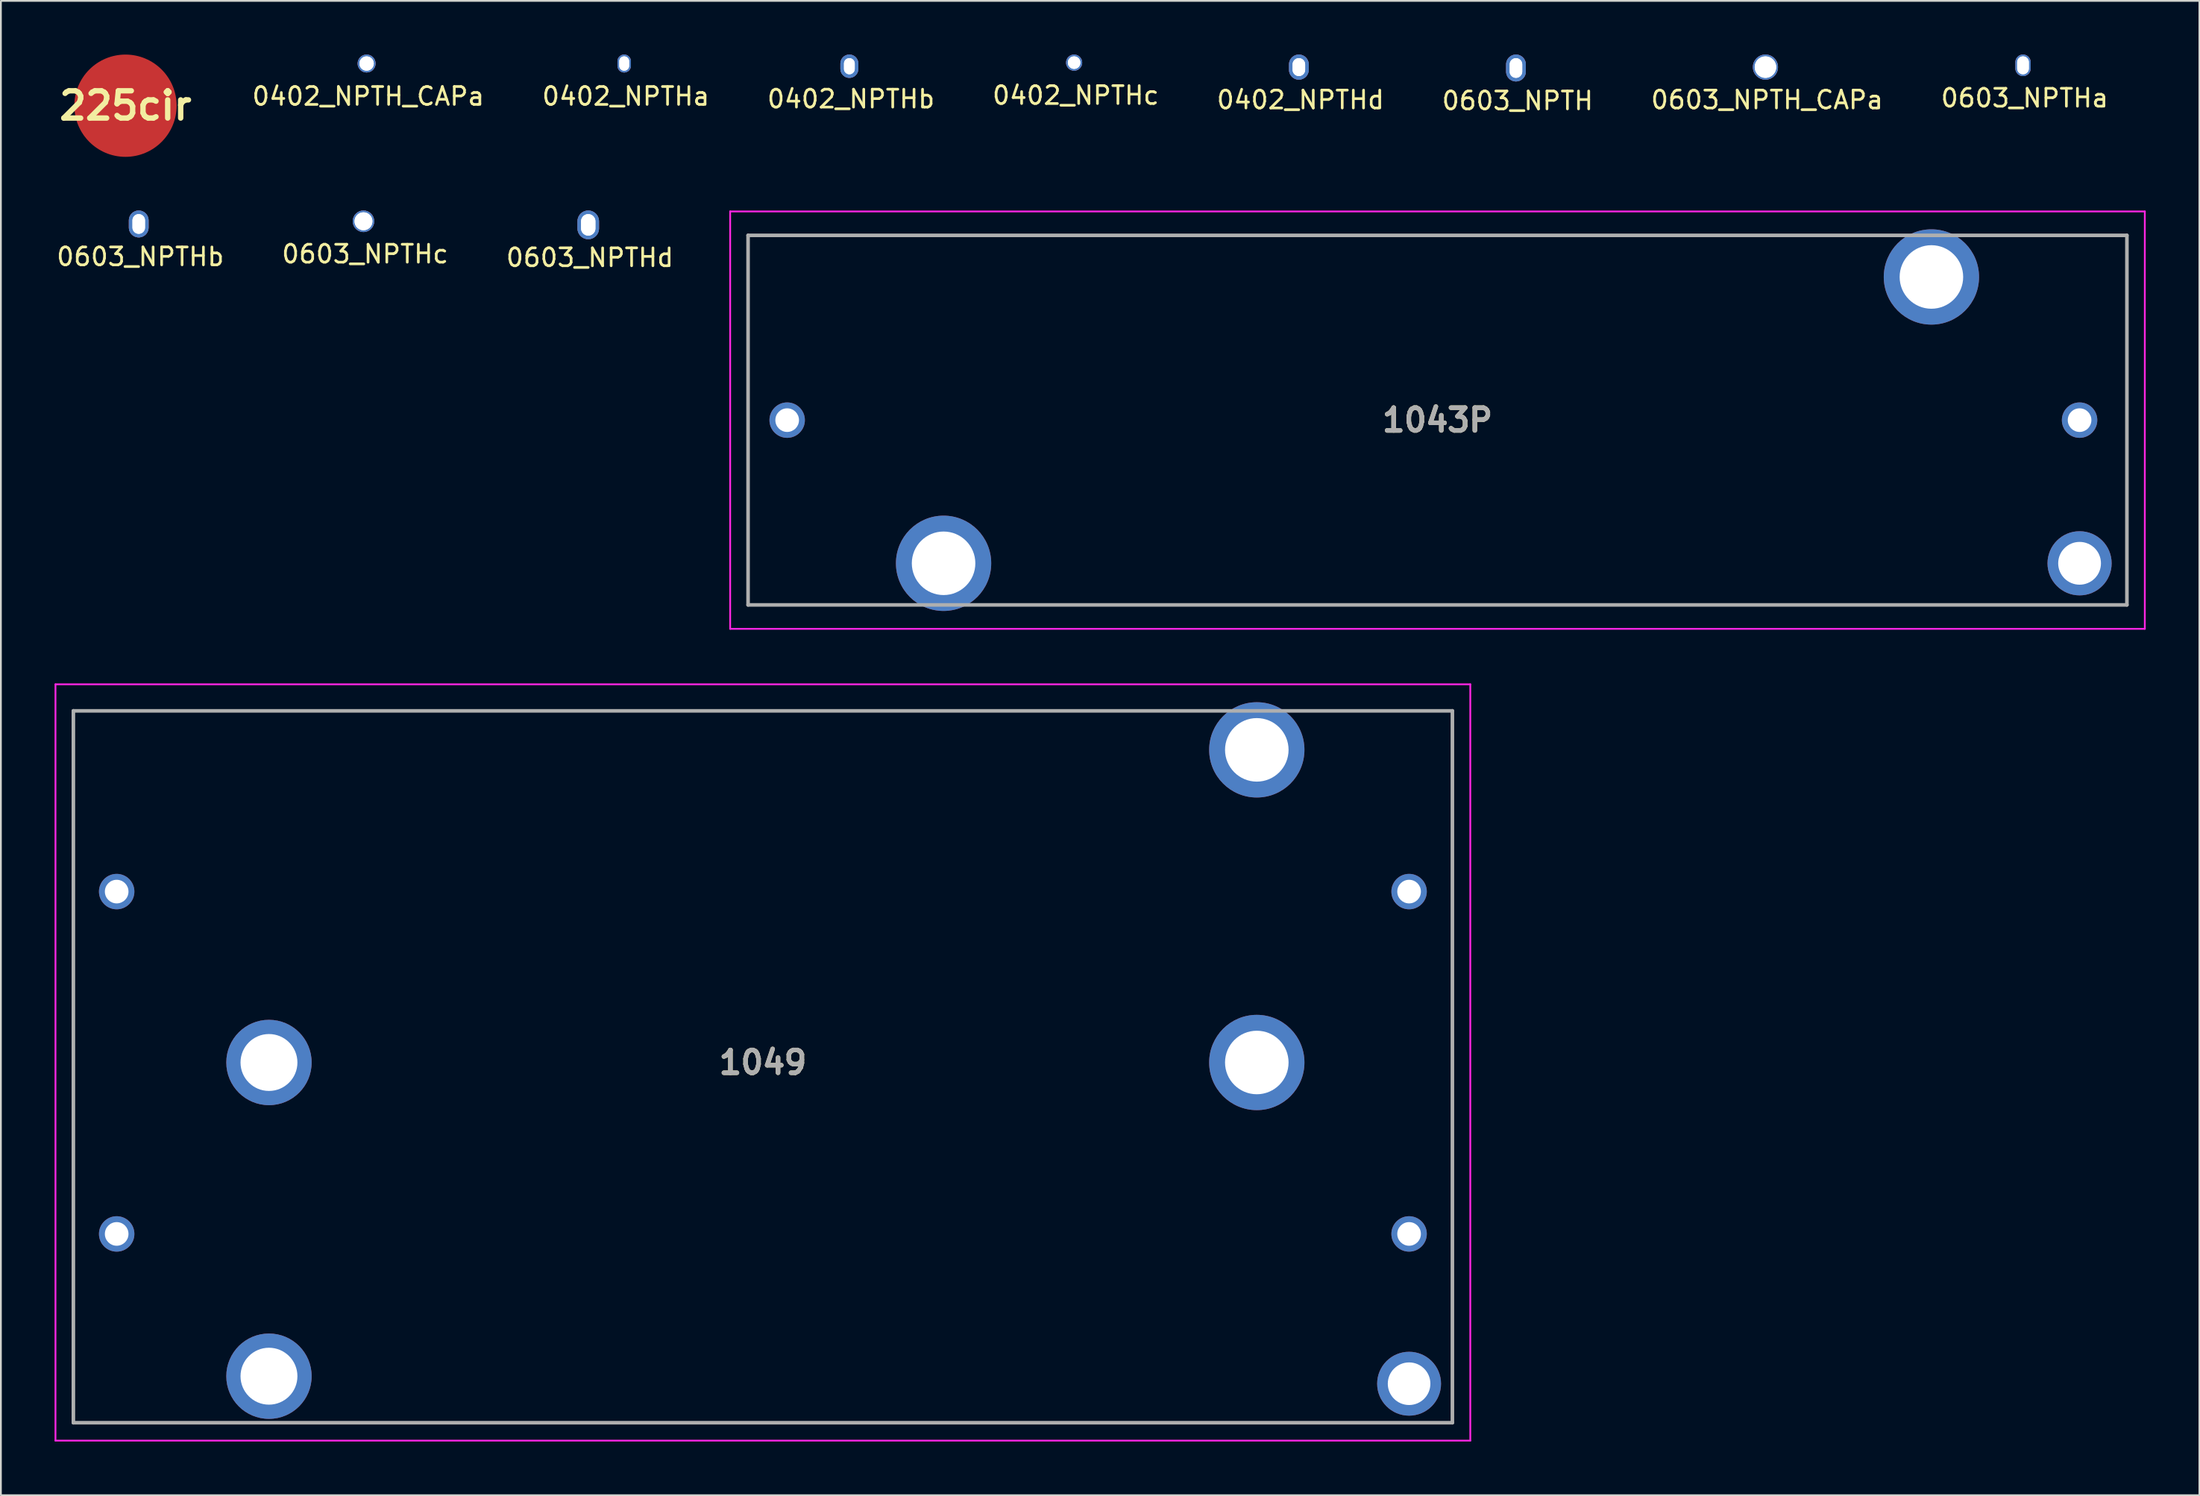
<source format=kicad_pcb>
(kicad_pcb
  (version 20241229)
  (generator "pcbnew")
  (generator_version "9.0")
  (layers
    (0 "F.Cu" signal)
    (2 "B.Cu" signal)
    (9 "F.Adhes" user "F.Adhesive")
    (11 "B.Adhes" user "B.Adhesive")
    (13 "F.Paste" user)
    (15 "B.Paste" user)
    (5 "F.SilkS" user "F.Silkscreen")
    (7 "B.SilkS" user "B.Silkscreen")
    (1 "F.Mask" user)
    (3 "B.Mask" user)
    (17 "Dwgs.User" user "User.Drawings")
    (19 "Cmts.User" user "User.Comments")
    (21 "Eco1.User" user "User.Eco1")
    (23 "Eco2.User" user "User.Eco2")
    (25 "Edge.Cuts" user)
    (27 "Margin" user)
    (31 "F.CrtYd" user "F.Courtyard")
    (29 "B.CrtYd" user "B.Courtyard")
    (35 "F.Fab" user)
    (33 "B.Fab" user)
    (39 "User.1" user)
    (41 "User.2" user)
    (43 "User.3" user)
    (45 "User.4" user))
  (footprint "1043P"
    (layer "F.Cu")
    (at 77.277 20.427)
    (property "Reference" "1043P" (at 0 0 0) (layer "F.SilkS") (effects (font (size 1.27 1.27) (thickness 0.254))))
    (attr through_hole)
    (fp_line (start -38.525 -10.325) (end 24 -10.325) (stroke (width 0.1) (type solid)) (layer "F.SilkS"))
    (fp_line (start -38.525 10.325) (end -38.525 -10.325) (stroke (width 0.1) (type solid)) (layer "F.SilkS"))
    (fp_line (start -31 10.325) (end -38.525 10.325) (stroke (width 0.1) (type solid)) (layer "F.SilkS"))
    (fp_line (start 31 -10.325) (end 38.525 -10.325) (stroke (width 0.1) (type solid)) (layer "F.SilkS"))
    (fp_line (start 38.525 -10.325) (end 38.525 10.325) (stroke (width 0.1) (type solid)) (layer "F.SilkS"))
    (fp_line (start 38.525 10.325) (end -24 10.325) (stroke (width 0.1) (type solid)) (layer "F.SilkS"))
    (fp_line (start -39.525 -11.662) (end 39.525 -11.662) (stroke (width 0.1) (type solid)) (layer "F.CrtYd"))
    (fp_line (start -39.525 11.662) (end -39.525 -11.662) (stroke (width 0.1) (type solid)) (layer "F.CrtYd"))
    (fp_line (start 39.525 -11.662) (end 39.525 11.662) (stroke (width 0.1) (type solid)) (layer "F.CrtYd"))
    (fp_line (start 39.525 11.662) (end -39.525 11.662) (stroke (width 0.1) (type solid)) (layer "F.CrtYd"))
    (fp_line (start -38.525 -10.325) (end 38.525 -10.325) (stroke (width 0.2) (type solid)) (layer "F.Fab"))
    (fp_line (start -38.525 10.325) (end -38.525 -10.325) (stroke (width 0.2) (type solid)) (layer "F.Fab"))
    (fp_line (start 38.525 -10.325) (end 38.525 10.325) (stroke (width 0.2) (type solid)) (layer "F.Fab"))
    (fp_line (start 38.525 10.325) (end -38.525 10.325) (stroke (width 0.2) (type solid)) (layer "F.Fab"))
    (fp_text user "${REFERENCE}" (at 0 0 0) (layer "F.Fab") (effects (font (size 1.27 1.27) (thickness 0.254))))
    (pad "1" thru_hole circle (at -36.34 0) (size 1.98 1.98) (drill 1.32) (layers "*.Cu" "*.Mask"))
    (pad "2" thru_hole circle (at 35.88 0) (size 1.98 1.98) (drill 1.32) (layers "*.Cu" "*.Mask"))
    (pad "3" thru_hole circle (at 27.6 -8) (size 5.325 5.325) (drill 3.55) (layers "*.Cu" "*.Mask"))
    (pad "4" thru_hole circle (at 35.88 8) (size 3.585 3.585) (drill 2.39) (layers "*.Cu" "*.Mask"))
    (pad "5" thru_hole circle (at -27.6 8) (size 5.325 5.325) (drill 3.55) (layers "*.Cu" "*.Mask")))
  (footprint "0402_NPTHb"
    (layer "F.Cu")
    (at 44.412 0.65)
    (property "Reference" "0402_NPTHb" (at 0.09 1.83 0) (layer "F.SilkS") (effects (font (size 1 1) (thickness 0.15))))
    (attr through_hole)
    (pad "" np_thru_hole oval (at 0 0) (size 1 1.3) (drill oval 0.6 0.9) (layers "F.Cu" "F.Mask" "F.Paste"))
    (pad "" np_thru_hole oval (at 0 0) (size 1 1.3) (drill oval 0.6 0.9) (layers "B.Cu" "B.Mask" "B.Paste"))
    (pad "1" smd oval (at 0 0) (size 1 1.3) (layers "F.Cu" "F.Mask" "F.Paste"))
    (pad "2" smd oval (at 0 0) (size 1 1.3) (layers "B.Cu" "B.Mask" "B.Paste")))
  (footprint "0603_NPTHc"
    (layer "F.Cu")
    (at 17.261 9.315)
    (property "Reference" "0603_NPTHc" (at 0.09 1.83 0) (layer "F.SilkS") (effects (font (size 1 1) (thickness 0.15))))
    (attr through_hole)
    (pad "" np_thru_hole circle (at 0 0) (size 1.2 1.2) (drill 1) (layers "F.Cu" "F.Mask" "F.Paste"))
    (pad "" np_thru_hole circle (at 0 0) (size 1.2 1.2) (drill 1) (layers "B.Cu" "B.Mask" "B.Paste"))
    (pad "1" smd circle (at 0 0) (size 1.2 1.2) (layers "F.Cu" "F.Mask" "F.Paste"))
    (pad "2" smd circle (at 0 0) (size 1.2 1.2) (layers "B.Cu" "B.Mask" "B.Paste")))
  (footprint "0603_NPTHd"
    (layer "F.Cu")
    (at 29.821 9.515)
    (property "Reference" "0603_NPTHd" (at 0.09 1.83 0) (layer "F.SilkS") (effects (font (size 1 1) (thickness 0.15))))
    (attr through_hole)
    (pad "" np_thru_hole oval (at 0 0) (size 1.2 1.6) (drill oval 0.8 1.2) (layers "F.Cu" "F.Mask" "F.Paste"))
    (pad "" np_thru_hole oval (at 0 0) (size 1.2 1.6) (drill oval 0.8 1.2) (layers "B.Cu" "B.Mask" "B.Paste"))
    (pad "1" smd oval (at 0 0) (size 1.2 1.6) (layers "F.Cu" "F.Mask" "F.Paste"))
    (pad "2" smd oval (at 0 0) (size 1.2 1.6) (layers "B.Cu" "B.Mask" "B.Paste")))
  (footprint "0402_NPTHa"
    (layer "F.Cu")
    (at 31.829 0.5)
    (property "Reference" "0402_NPTHa" (at 0.09 1.83 0) (layer "F.SilkS") (effects (font (size 1 1) (thickness 0.15))))
    (attr through_hole)
    (pad "" np_thru_hole oval (at 0 0) (size 0.75 1) (drill oval 0.55 0.8) (layers "F.Cu" "F.Mask" "F.Paste"))
    (pad "" np_thru_hole oval (at 0 0) (size 0.75 1) (drill oval 0.55 0.8) (layers "B.Cu" "B.Mask" "B.Paste"))
    (pad "1" smd oval (at 0 0) (size 0.75 1) (layers "F.Cu" "F.Mask" "F.Paste"))
    (pad "2" smd oval (at 0 0) (size 0.75 1) (layers "B.Cu" "B.Mask" "B.Paste")))
  (footprint "0603_NPTH"
    (layer "F.Cu")
    (at 81.662 0.75)
    (property "Reference" "0603_NPTH" (at 0.09 1.83 0) (layer "F.SilkS") (effects (font (size 1 1) (thickness 0.15))))
    (attr through_hole)
    (pad "" np_thru_hole oval (at 0 0) (size 1.1 1.5) (drill oval 0.7 1.1) (layers "F.Cu" "F.Mask" "F.Paste"))
    (pad "" np_thru_hole oval (at 0 0) (size 1.1 1.5) (drill oval 0.7 1.1) (layers "B.Cu" "B.Mask" "B.Paste"))
    (pad "1" smd oval (at 0 0) (size 1.1 1.5) (layers "F.Cu" "F.Mask" "F.Paste"))
    (pad "2" smd oval (at 0 0) (size 1.1 1.5) (layers "B.Cu" "B.Mask" "B.Paste")))
  (footprint "0402_NPTH_CAPa"
    (layer "F.Cu")
    (at 17.436 0.5)
    (property "Reference" "0402_NPTH_CAPa" (at 0.09 1.83 0) (layer "F.SilkS") (effects (font (size 1 1) (thickness 0.15))))
    (attr through_hole)
    (pad "" np_thru_hole circle (at 0 0) (size 1 1) (drill 0.8) (layers "F.Cu" "F.Mask" "F.Paste"))
    (pad "" np_thru_hole circle (at 0 0) (size 1 1) (drill 0.8) (layers "B.Cu" "B.Mask" "B.Paste"))
    (pad "1" smd circle (at 0 0) (size 1 1) (layers "F.Cu" "F.Mask" "F.Paste"))
    (pad "2" smd circle (at 0 0) (size 1 1) (layers "B.Cu" "B.Mask" "B.Paste")))
  (footprint "0402_NPTHd"
    (layer "F.Cu")
    (at 69.531 0.7)
    (property "Reference" "0402_NPTHd" (at 0.09 1.83 0) (layer "F.SilkS") (effects (font (size 1 1) (thickness 0.15))))
    (attr through_hole)
    (pad "" np_thru_hole oval (at 0 0) (size 1.1 1.4) (drill oval 0.7 1) (layers "F.Cu" "F.Mask" "F.Paste"))
    (pad "" np_thru_hole oval (at 0 0) (size 1.1 1.4) (drill oval 0.7 1) (layers "B.Cu" "B.Mask" "B.Paste"))
    (pad "1" smd oval (at 0 0) (size 1.1 1.4) (layers "F.Cu" "F.Mask" "F.Paste"))
    (pad "2" smd oval (at 0 0) (size 1.1 1.4) (layers "B.Cu" "B.Mask" "B.Paste")))
  (footprint "0603_NPTHa"
    (layer "F.Cu")
    (at 109.996 0.6)
    (property "Reference" "0603_NPTHa" (at 0.09 1.83 0) (layer "F.SilkS") (effects (font (size 1 1) (thickness 0.15))))
    (attr through_hole)
    (pad "" np_thru_hole oval (at 0 0) (size 0.85 1.2) (drill oval 0.65 1) (layers "F.Cu" "F.Mask" "F.Paste"))
    (pad "" np_thru_hole oval (at 0 0) (size 0.85 1.2) (drill oval 0.65 1) (layers "B.Cu" "B.Mask" "B.Paste"))
    (pad "1" smd oval (at 0 0) (size 0.85 1.2) (layers "F.Cu" "F.Mask" "F.Paste"))
    (pad "2" smd oval (at 0 0) (size 0.85 1.2) (layers "B.Cu" "B.Mask" "B.Paste")))
  (footprint "0402_NPTHc"
    (layer "F.Cu")
    (at 56.972 0.45)
    (property "Reference" "0402_NPTHc" (at 0.09 1.83 0) (layer "F.SilkS") (effects (font (size 1 1) (thickness 0.15))))
    (attr through_hole)
    (pad "" np_thru_hole circle (at 0 0) (size 0.9 0.9) (drill 0.7) (layers "F.Cu" "F.Mask" "F.Paste"))
    (pad "" np_thru_hole circle (at 0 0) (size 0.9 0.9) (drill 0.7) (layers "B.Cu" "B.Mask" "B.Paste"))
    (pad "1" smd circle (at 0 0) (size 0.9 0.9) (layers "F.Cu" "F.Mask" "F.Paste"))
    (pad "2" smd circle (at 0 0) (size 0.9 0.9) (layers "B.Cu" "B.Mask" "B.Paste")))
  (footprint "0603_NPTHb"
    (layer "F.Cu")
    (at 4.702 9.465)
    (property "Reference" "0603_NPTHb" (at 0.09 1.83 0) (layer "F.SilkS") (effects (font (size 1 1) (thickness 0.15))))
    (attr through_hole)
    (pad "" np_thru_hole oval (at 0 0) (size 1.1 1.5) (drill oval 0.7 1.1) (layers "F.Cu" "F.Mask" "F.Paste"))
    (pad "" np_thru_hole oval (at 0 0) (size 1.1 1.5) (drill oval 0.7 1.1) (layers "B.Cu" "B.Mask" "B.Paste"))
    (pad "1" smd oval (at 0 0) (size 1.1 1.5) (layers "F.Cu" "F.Mask" "F.Paste"))
    (pad "2" smd oval (at 0 0) (size 1.1 1.5) (layers "B.Cu" "B.Mask" "B.Paste")))
  (footprint "1049"
    (layer "F.Cu")
    (at 39.58 56.562)
    (property "Reference" "1049" (at 0 -0.241 0) (layer "F.SilkS") (effects (font (size 1.27 1.27) (thickness 0.254))))
    (attr through_hole)
    (fp_line (start -38.53 -19.89) (end 25 -19.89) (stroke (width 0.1) (type solid)) (layer "F.SilkS"))
    (fp_line (start -38.53 19.89) (end -38.53 -19.89) (stroke (width 0.1) (type solid)) (layer "F.SilkS"))
    (fp_line (start 30 -19.89) (end 38.5 -19.89) (stroke (width 0.1) (type solid)) (layer "F.SilkS"))
    (fp_line (start 38.5 -19.89) (end 38.53 -19.89) (stroke (width 0.1) (type solid)) (layer "F.SilkS"))
    (fp_line (start 38.53 -19.89) (end 38.53 19.89) (stroke (width 0.1) (type solid)) (layer "F.SilkS"))
    (fp_line (start 38.53 19.89) (end -38.53 19.89) (stroke (width 0.1) (type solid)) (layer "F.SilkS"))
    (fp_line (start -39.53 -21.373) (end 39.53 -21.373) (stroke (width 0.1) (type solid)) (layer "F.CrtYd"))
    (fp_line (start -39.53 20.89) (end -39.53 -21.373) (stroke (width 0.1) (type solid)) (layer "F.CrtYd"))
    (fp_line (start 39.53 -21.373) (end 39.53 20.89) (stroke (width 0.1) (type solid)) (layer "F.CrtYd"))
    (fp_line (start 39.53 20.89) (end -39.53 20.89) (stroke (width 0.1) (type solid)) (layer "F.CrtYd"))
    (fp_line (start -38.53 -19.89) (end 38.53 -19.89) (stroke (width 0.2) (type solid)) (layer "F.Fab"))
    (fp_line (start -38.53 19.89) (end -38.53 -19.89) (stroke (width 0.2) (type solid)) (layer "F.Fab"))
    (fp_line (start 38.53 -19.89) (end 38.53 19.89) (stroke (width 0.2) (type solid)) (layer "F.Fab"))
    (fp_line (start 38.53 19.89) (end -38.53 19.89) (stroke (width 0.2) (type solid)) (layer "F.Fab"))
    (fp_text user "${REFERENCE}" (at 0 -0.241 0) (layer "F.Fab") (effects (font (size 1.27 1.27) (thickness 0.254))))
    (pad "1" thru_hole circle (at -27.6 -0.24) (size 4.77 4.77) (drill 3.18) (layers "*.Cu" "*.Mask"))
    (pad "2" thru_hole circle (at -27.6 17.29) (size 4.77 4.77) (drill 3.18) (layers "*.Cu" "*.Mask"))
    (pad "3" thru_hole circle (at 27.6 -0.24) (size 5.325 5.325) (drill 3.55) (layers "*.Cu" "*.Mask"))
    (pad "4" thru_hole circle (at 27.6 -17.71) (size 5.325 5.325) (drill 3.55) (layers "*.Cu" "*.Mask"))
    (pad "5" thru_hole circle (at 36.11 17.71) (size 3.57 3.57) (drill 2.38) (layers "*.Cu" "*.Mask"))
    (pad "6" thru_hole circle (at -36.11 9.34) (size 1.98 1.98) (drill 1.32) (layers "*.Cu" "*.Mask"))
    (pad "7" thru_hole circle (at -36.11 -9.79) (size 1.98 1.98) (drill 1.32) (layers "*.Cu" "*.Mask"))
    (pad "8" thru_hole circle (at 36.11 9.34) (size 1.98 1.98) (drill 1.32) (layers "*.Cu" "*.Mask"))
    (pad "9" thru_hole circle (at 36.11 -9.79) (size 1.98 1.98) (drill 1.32) (layers "*.Cu" "*.Mask")))
  (footprint "225cir"
    (layer "F.Cu")
    (at 3.962 2.857)
    (property "Reference" "225cir" (at 0 0 0) (layer "F.SilkS") (effects (font (size 1.524 1.524) (thickness 0.3))))
    (attr through_hole)
    (pad "1" smd circle (at 0 0) (size 5.715 5.715) (layers "F.Cu" "F.Mask")))
  (footprint "0603_NPTH_CAPa"
    (layer "F.Cu")
    (at 95.603 0.7)
    (property "Reference" "0603_NPTH_CAPa" (at 0.09 1.83 0) (layer "F.SilkS") (effects (font (size 1 1) (thickness 0.15))))
    (attr through_hole)
    (pad "" np_thru_hole circle (at 0 0) (size 1.4 1.4) (drill 1.2) (layers "F.Cu" "F.Mask" "F.Paste"))
    (pad "" np_thru_hole circle (at 0 0) (size 1.4 1.4) (drill 1.2) (layers "B.Cu" "B.Mask" "B.Paste"))
    (pad "1" smd circle (at 0 0) (size 1.4 1.4) (layers "F.Cu" "F.Mask" "F.Paste"))
    (pad "2" smd circle (at 0 0) (size 1.4 1.4) (layers "B.Cu" "B.Mask" "B.Paste")))
  (gr_rect
    (start -3 -3)
    (end 119.852 80.502)
    (stroke (width 0.1) (type default))
    (fill no)
    (layer "Edge.Cuts")))
</source>
